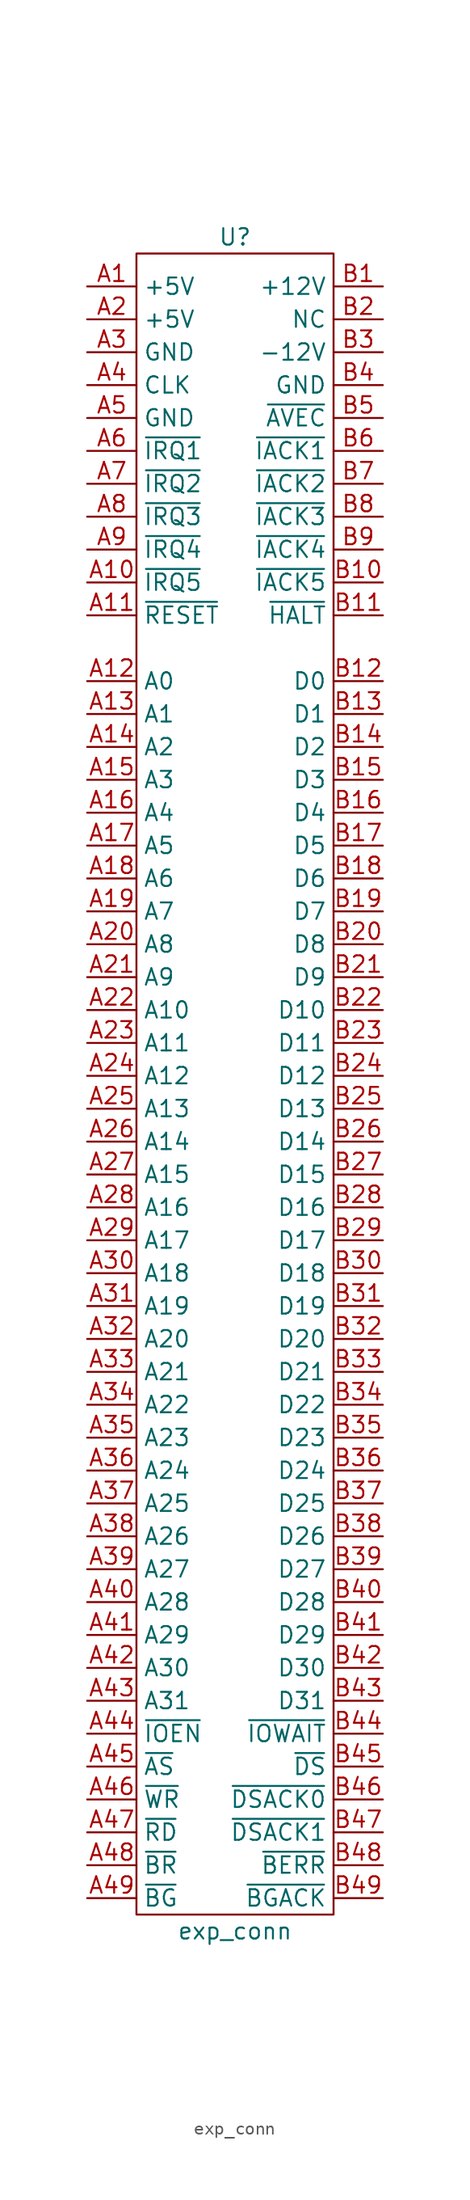
<source format=kicad_sym>
(kicad_symbol_lib
  (version 20211014)
  (generator kicad_symbol_editor)
  (symbol "exp_conn"
    (property "Reference" "U"
      (at 0 0 0)
      (effects (font (size 1.27 1.27))))
    (property "Value" "exp_conn"
      (at 0 -130.81 0)
      (effects (font (size 1.27 1.27))))
    (symbol "exp_conn_0_1"
      (rectangle (start -7.62 -1.27) (end 7.62 -129.54) (stroke (width 0) (type default) (color 0 0 0 0)) (fill (type none))))
    (symbol "exp_conn_1_1"
      (pin passive line (at -11.43 -3.81 0) (length 3.81) (name "+5V" (effects (font (size 1.27 1.27)))) (number "A1" (effects (font (size 1.27 1.27)))))
      (pin passive line (at -11.43 -26.67 0) (length 3.81) (name "~{IRQ5}" (effects (font (size 1.27 1.27)))) (number "A10" (effects (font (size 1.27 1.27)))))
      (pin passive line (at -11.43 -29.21 0) (length 3.81) (name "~{RESET}" (effects (font (size 1.27 1.27)))) (number "A11" (effects (font (size 1.27 1.27)))))
      (pin passive line (at -11.43 -34.29 0) (length 3.81) (name "A0" (effects (font (size 1.27 1.27)))) (number "A12" (effects (font (size 1.27 1.27)))))
      (pin passive line (at -11.43 -36.83 0) (length 3.81) (name "A1" (effects (font (size 1.27 1.27)))) (number "A13" (effects (font (size 1.27 1.27)))))
      (pin passive line (at -11.43 -39.37 0) (length 3.81) (name "A2" (effects (font (size 1.27 1.27)))) (number "A14" (effects (font (size 1.27 1.27)))))
      (pin passive line (at -11.43 -41.91 0) (length 3.81) (name "A3" (effects (font (size 1.27 1.27)))) (number "A15" (effects (font (size 1.27 1.27)))))
      (pin passive line (at -11.43 -44.45 0) (length 3.81) (name "A4" (effects (font (size 1.27 1.27)))) (number "A16" (effects (font (size 1.27 1.27)))))
      (pin passive line (at -11.43 -46.99 0) (length 3.81) (name "A5" (effects (font (size 1.27 1.27)))) (number "A17" (effects (font (size 1.27 1.27)))))
      (pin passive line (at -11.43 -49.53 0) (length 3.81) (name "A6" (effects (font (size 1.27 1.27)))) (number "A18" (effects (font (size 1.27 1.27)))))
      (pin passive line (at -11.43 -52.07 0) (length 3.81) (name "A7" (effects (font (size 1.27 1.27)))) (number "A19" (effects (font (size 1.27 1.27)))))
      (pin passive line (at -11.43 -6.35 0) (length 3.81) (name "+5V" (effects (font (size 1.27 1.27)))) (number "A2" (effects (font (size 1.27 1.27)))))
      (pin passive line (at -11.43 -54.61 0) (length 3.81) (name "A8" (effects (font (size 1.27 1.27)))) (number "A20" (effects (font (size 1.27 1.27)))))
      (pin passive line (at -11.43 -57.15 0) (length 3.81) (name "A9" (effects (font (size 1.27 1.27)))) (number "A21" (effects (font (size 1.27 1.27)))))
      (pin passive line (at -11.43 -59.69 0) (length 3.81) (name "A10" (effects (font (size 1.27 1.27)))) (number "A22" (effects (font (size 1.27 1.27)))))
      (pin passive line (at -11.43 -62.23 0) (length 3.81) (name "A11" (effects (font (size 1.27 1.27)))) (number "A23" (effects (font (size 1.27 1.27)))))
      (pin passive line (at -11.43 -64.77 0) (length 3.81) (name "A12" (effects (font (size 1.27 1.27)))) (number "A24" (effects (font (size 1.27 1.27)))))
      (pin passive line (at -11.43 -67.31 0) (length 3.81) (name "A13" (effects (font (size 1.27 1.27)))) (number "A25" (effects (font (size 1.27 1.27)))))
      (pin passive line (at -11.43 -69.85 0) (length 3.81) (name "A14" (effects (font (size 1.27 1.27)))) (number "A26" (effects (font (size 1.27 1.27)))))
      (pin passive line (at -11.43 -72.39 0) (length 3.81) (name "A15" (effects (font (size 1.27 1.27)))) (number "A27" (effects (font (size 1.27 1.27)))))
      (pin passive line (at -11.43 -74.93 0) (length 3.81) (name "A16" (effects (font (size 1.27 1.27)))) (number "A28" (effects (font (size 1.27 1.27)))))
      (pin passive line (at -11.43 -77.47 0) (length 3.81) (name "A17" (effects (font (size 1.27 1.27)))) (number "A29" (effects (font (size 1.27 1.27)))))
      (pin passive line (at -11.43 -8.89 0) (length 3.81) (name "GND" (effects (font (size 1.27 1.27)))) (number "A3" (effects (font (size 1.27 1.27)))))
      (pin passive line (at -11.43 -80.01 0) (length 3.81) (name "A18" (effects (font (size 1.27 1.27)))) (number "A30" (effects (font (size 1.27 1.27)))))
      (pin passive line (at -11.43 -82.55 0) (length 3.81) (name "A19" (effects (font (size 1.27 1.27)))) (number "A31" (effects (font (size 1.27 1.27)))))
      (pin passive line (at -11.43 -85.09 0) (length 3.81) (name "A20" (effects (font (size 1.27 1.27)))) (number "A32" (effects (font (size 1.27 1.27)))))
      (pin passive line (at -11.43 -87.63 0) (length 3.81) (name "A21" (effects (font (size 1.27 1.27)))) (number "A33" (effects (font (size 1.27 1.27)))))
      (pin passive line (at -11.43 -90.17 0) (length 3.81) (name "A22" (effects (font (size 1.27 1.27)))) (number "A34" (effects (font (size 1.27 1.27)))))
      (pin passive line (at -11.43 -92.71 0) (length 3.81) (name "A23" (effects (font (size 1.27 1.27)))) (number "A35" (effects (font (size 1.27 1.27)))))
      (pin passive line (at -11.43 -95.25 0) (length 3.81) (name "A24" (effects (font (size 1.27 1.27)))) (number "A36" (effects (font (size 1.27 1.27)))))
      (pin passive line (at -11.43 -97.79 0) (length 3.81) (name "A25" (effects (font (size 1.27 1.27)))) (number "A37" (effects (font (size 1.27 1.27)))))
      (pin passive line (at -11.43 -100.33 0) (length 3.81) (name "A26" (effects (font (size 1.27 1.27)))) (number "A38" (effects (font (size 1.27 1.27)))))
      (pin passive line (at -11.43 -102.87 0) (length 3.81) (name "A27" (effects (font (size 1.27 1.27)))) (number "A39" (effects (font (size 1.27 1.27)))))
      (pin passive line (at -11.43 -11.43 0) (length 3.81) (name "CLK" (effects (font (size 1.27 1.27)))) (number "A4" (effects (font (size 1.27 1.27)))))
      (pin passive line (at -11.43 -105.41 0) (length 3.81) (name "A28" (effects (font (size 1.27 1.27)))) (number "A40" (effects (font (size 1.27 1.27)))))
      (pin passive line (at -11.43 -107.95 0) (length 3.81) (name "A29" (effects (font (size 1.27 1.27)))) (number "A41" (effects (font (size 1.27 1.27)))))
      (pin passive line (at -11.43 -110.49 0) (length 3.81) (name "A30" (effects (font (size 1.27 1.27)))) (number "A42" (effects (font (size 1.27 1.27)))))
      (pin passive line (at -11.43 -113.03 0) (length 3.81) (name "A31" (effects (font (size 1.27 1.27)))) (number "A43" (effects (font (size 1.27 1.27)))))
      (pin passive line (at -11.43 -115.57 0) (length 3.81) (name "~{IOEN}" (effects (font (size 1.27 1.27)))) (number "A44" (effects (font (size 1.27 1.27)))))
      (pin passive line (at -11.43 -118.11 0) (length 3.81) (name "~{AS}" (effects (font (size 1.27 1.27)))) (number "A45" (effects (font (size 1.27 1.27)))))
      (pin passive line (at -11.43 -120.65 0) (length 3.81) (name "~{WR}" (effects (font (size 1.27 1.27)))) (number "A46" (effects (font (size 1.27 1.27)))))
      (pin passive line (at -11.43 -123.19 0) (length 3.81) (name "~{RD}" (effects (font (size 1.27 1.27)))) (number "A47" (effects (font (size 1.27 1.27)))))
      (pin passive line (at -11.43 -125.73 0) (length 3.81) (name "~{BR}" (effects (font (size 1.27 1.27)))) (number "A48" (effects (font (size 1.27 1.27)))))
      (pin passive line (at -11.43 -128.27 0) (length 3.81) (name "~{BG}" (effects (font (size 1.27 1.27)))) (number "A49" (effects (font (size 1.27 1.27)))))
      (pin passive line (at -11.43 -13.97 0) (length 3.81) (name "GND" (effects (font (size 1.27 1.27)))) (number "A5" (effects (font (size 1.27 1.27)))))
      (pin passive line (at -11.43 -16.51 0) (length 3.81) (name "~{IRQ1}" (effects (font (size 1.27 1.27)))) (number "A6" (effects (font (size 1.27 1.27)))))
      (pin passive line (at -11.43 -19.05 0) (length 3.81) (name "~{IRQ2}" (effects (font (size 1.27 1.27)))) (number "A7" (effects (font (size 1.27 1.27)))))
      (pin passive line (at -11.43 -21.59 0) (length 3.81) (name "~{IRQ3}" (effects (font (size 1.27 1.27)))) (number "A8" (effects (font (size 1.27 1.27)))))
      (pin passive line (at -11.43 -24.13 0) (length 3.81) (name "~{IRQ4}" (effects (font (size 1.27 1.27)))) (number "A9" (effects (font (size 1.27 1.27)))))
      (pin passive line (at 11.43 -3.81 180) (length 3.81) (name "+12V" (effects (font (size 1.27 1.27)))) (number "B1" (effects (font (size 1.27 1.27)))))
      (pin passive line (at 11.43 -26.67 180) (length 3.81) (name "~{IACK5}" (effects (font (size 1.27 1.27)))) (number "B10" (effects (font (size 1.27 1.27)))))
      (pin passive line (at 11.43 -29.21 180) (length 3.81) (name "~{HALT}" (effects (font (size 1.27 1.27)))) (number "B11" (effects (font (size 1.27 1.27)))))
      (pin passive line (at 11.43 -34.29 180) (length 3.81) (name "D0" (effects (font (size 1.27 1.27)))) (number "B12" (effects (font (size 1.27 1.27)))))
      (pin passive line (at 11.43 -36.83 180) (length 3.81) (name "D1" (effects (font (size 1.27 1.27)))) (number "B13" (effects (font (size 1.27 1.27)))))
      (pin passive line (at 11.43 -39.37 180) (length 3.81) (name "D2" (effects (font (size 1.27 1.27)))) (number "B14" (effects (font (size 1.27 1.27)))))
      (pin passive line (at 11.43 -41.91 180) (length 3.81) (name "D3" (effects (font (size 1.27 1.27)))) (number "B15" (effects (font (size 1.27 1.27)))))
      (pin passive line (at 11.43 -44.45 180) (length 3.81) (name "D4" (effects (font (size 1.27 1.27)))) (number "B16" (effects (font (size 1.27 1.27)))))
      (pin passive line (at 11.43 -46.99 180) (length 3.81) (name "D5" (effects (font (size 1.27 1.27)))) (number "B17" (effects (font (size 1.27 1.27)))))
      (pin passive line (at 11.43 -49.53 180) (length 3.81) (name "D6" (effects (font (size 1.27 1.27)))) (number "B18" (effects (font (size 1.27 1.27)))))
      (pin passive line (at 11.43 -52.07 180) (length 3.81) (name "D7" (effects (font (size 1.27 1.27)))) (number "B19" (effects (font (size 1.27 1.27)))))
      (pin passive line (at 11.43 -6.35 180) (length 3.81) (name "NC" (effects (font (size 1.27 1.27)))) (number "B2" (effects (font (size 1.27 1.27)))))
      (pin passive line (at 11.43 -54.61 180) (length 3.81) (name "D8" (effects (font (size 1.27 1.27)))) (number "B20" (effects (font (size 1.27 1.27)))))
      (pin passive line (at 11.43 -57.15 180) (length 3.81) (name "D9" (effects (font (size 1.27 1.27)))) (number "B21" (effects (font (size 1.27 1.27)))))
      (pin passive line (at 11.43 -59.69 180) (length 3.81) (name "D10" (effects (font (size 1.27 1.27)))) (number "B22" (effects (font (size 1.27 1.27)))))
      (pin passive line (at 11.43 -62.23 180) (length 3.81) (name "D11" (effects (font (size 1.27 1.27)))) (number "B23" (effects (font (size 1.27 1.27)))))
      (pin passive line (at 11.43 -64.77 180) (length 3.81) (name "D12" (effects (font (size 1.27 1.27)))) (number "B24" (effects (font (size 1.27 1.27)))))
      (pin passive line (at 11.43 -67.31 180) (length 3.81) (name "D13" (effects (font (size 1.27 1.27)))) (number "B25" (effects (font (size 1.27 1.27)))))
      (pin passive line (at 11.43 -69.85 180) (length 3.81) (name "D14" (effects (font (size 1.27 1.27)))) (number "B26" (effects (font (size 1.27 1.27)))))
      (pin passive line (at 11.43 -72.39 180) (length 3.81) (name "D15" (effects (font (size 1.27 1.27)))) (number "B27" (effects (font (size 1.27 1.27)))))
      (pin passive line (at 11.43 -74.93 180) (length 3.81) (name "D16" (effects (font (size 1.27 1.27)))) (number "B28" (effects (font (size 1.27 1.27)))))
      (pin passive line (at 11.43 -77.47 180) (length 3.81) (name "D17" (effects (font (size 1.27 1.27)))) (number "B29" (effects (font (size 1.27 1.27)))))
      (pin passive line (at 11.43 -8.89 180) (length 3.81) (name "-12V" (effects (font (size 1.27 1.27)))) (number "B3" (effects (font (size 1.27 1.27)))))
      (pin passive line (at 11.43 -80.01 180) (length 3.81) (name "D18" (effects (font (size 1.27 1.27)))) (number "B30" (effects (font (size 1.27 1.27)))))
      (pin passive line (at 11.43 -82.55 180) (length 3.81) (name "D19" (effects (font (size 1.27 1.27)))) (number "B31" (effects (font (size 1.27 1.27)))))
      (pin passive line (at 11.43 -85.09 180) (length 3.81) (name "D20" (effects (font (size 1.27 1.27)))) (number "B32" (effects (font (size 1.27 1.27)))))
      (pin passive line (at 11.43 -87.63 180) (length 3.81) (name "D21" (effects (font (size 1.27 1.27)))) (number "B33" (effects (font (size 1.27 1.27)))))
      (pin passive line (at 11.43 -90.17 180) (length 3.81) (name "D22" (effects (font (size 1.27 1.27)))) (number "B34" (effects (font (size 1.27 1.27)))))
      (pin passive line (at 11.43 -92.71 180) (length 3.81) (name "D23" (effects (font (size 1.27 1.27)))) (number "B35" (effects (font (size 1.27 1.27)))))
      (pin passive line (at 11.43 -95.25 180) (length 3.81) (name "D24" (effects (font (size 1.27 1.27)))) (number "B36" (effects (font (size 1.27 1.27)))))
      (pin passive line (at 11.43 -97.79 180) (length 3.81) (name "D25" (effects (font (size 1.27 1.27)))) (number "B37" (effects (font (size 1.27 1.27)))))
      (pin passive line (at 11.43 -100.33 180) (length 3.81) (name "D26" (effects (font (size 1.27 1.27)))) (number "B38" (effects (font (size 1.27 1.27)))))
      (pin passive line (at 11.43 -102.87 180) (length 3.81) (name "D27" (effects (font (size 1.27 1.27)))) (number "B39" (effects (font (size 1.27 1.27)))))
      (pin passive line (at 11.43 -11.43 180) (length 3.81) (name "GND" (effects (font (size 1.27 1.27)))) (number "B4" (effects (font (size 1.27 1.27)))))
      (pin passive line (at 11.43 -105.41 180) (length 3.81) (name "D28" (effects (font (size 1.27 1.27)))) (number "B40" (effects (font (size 1.27 1.27)))))
      (pin passive line (at 11.43 -107.95 180) (length 3.81) (name "D29" (effects (font (size 1.27 1.27)))) (number "B41" (effects (font (size 1.27 1.27)))))
      (pin passive line (at 11.43 -110.49 180) (length 3.81) (name "D30" (effects (font (size 1.27 1.27)))) (number "B42" (effects (font (size 1.27 1.27)))))
      (pin passive line (at 11.43 -113.03 180) (length 3.81) (name "D31" (effects (font (size 1.27 1.27)))) (number "B43" (effects (font (size 1.27 1.27)))))
      (pin passive line (at 11.43 -115.57 180) (length 3.81) (name "~{IOWAIT}" (effects (font (size 1.27 1.27)))) (number "B44" (effects (font (size 1.27 1.27)))))
      (pin passive line (at 11.43 -118.11 180) (length 3.81) (name "~{DS}" (effects (font (size 1.27 1.27)))) (number "B45" (effects (font (size 1.27 1.27)))))
      (pin passive line (at 11.43 -120.65 180) (length 3.81) (name "~{DSACK0}" (effects (font (size 1.27 1.27)))) (number "B46" (effects (font (size 1.27 1.27)))))
      (pin passive line (at 11.43 -123.19 180) (length 3.81) (name "~{DSACK1}" (effects (font (size 1.27 1.27)))) (number "B47" (effects (font (size 1.27 1.27)))))
      (pin passive line (at 11.43 -125.73 180) (length 3.81) (name "~{BERR}" (effects (font (size 1.27 1.27)))) (number "B48" (effects (font (size 1.27 1.27)))))
      (pin passive line (at 11.43 -128.27 180) (length 3.81) (name "~{BGACK}" (effects (font (size 1.27 1.27)))) (number "B49" (effects (font (size 1.27 1.27)))))
      (pin passive line (at 11.43 -13.97 180) (length 3.81) (name "~{AVEC}" (effects (font (size 1.27 1.27)))) (number "B5" (effects (font (size 1.27 1.27)))))
      (pin passive line (at 11.43 -16.51 180) (length 3.81) (name "~{IACK1}" (effects (font (size 1.27 1.27)))) (number "B6" (effects (font (size 1.27 1.27)))))
      (pin passive line (at 11.43 -19.05 180) (length 3.81) (name "~{IACK2}" (effects (font (size 1.27 1.27)))) (number "B7" (effects (font (size 1.27 1.27)))))
      (pin passive line (at 11.43 -21.59 180) (length 3.81) (name "~{IACK3}" (effects (font (size 1.27 1.27)))) (number "B8" (effects (font (size 1.27 1.27)))))
      (pin passive line (at 11.43 -24.13 180) (length 3.81) (name "~{IACK4}" (effects (font (size 1.27 1.27)))) (number "B9" (effects (font (size 1.27 1.27))))))))
</source>
